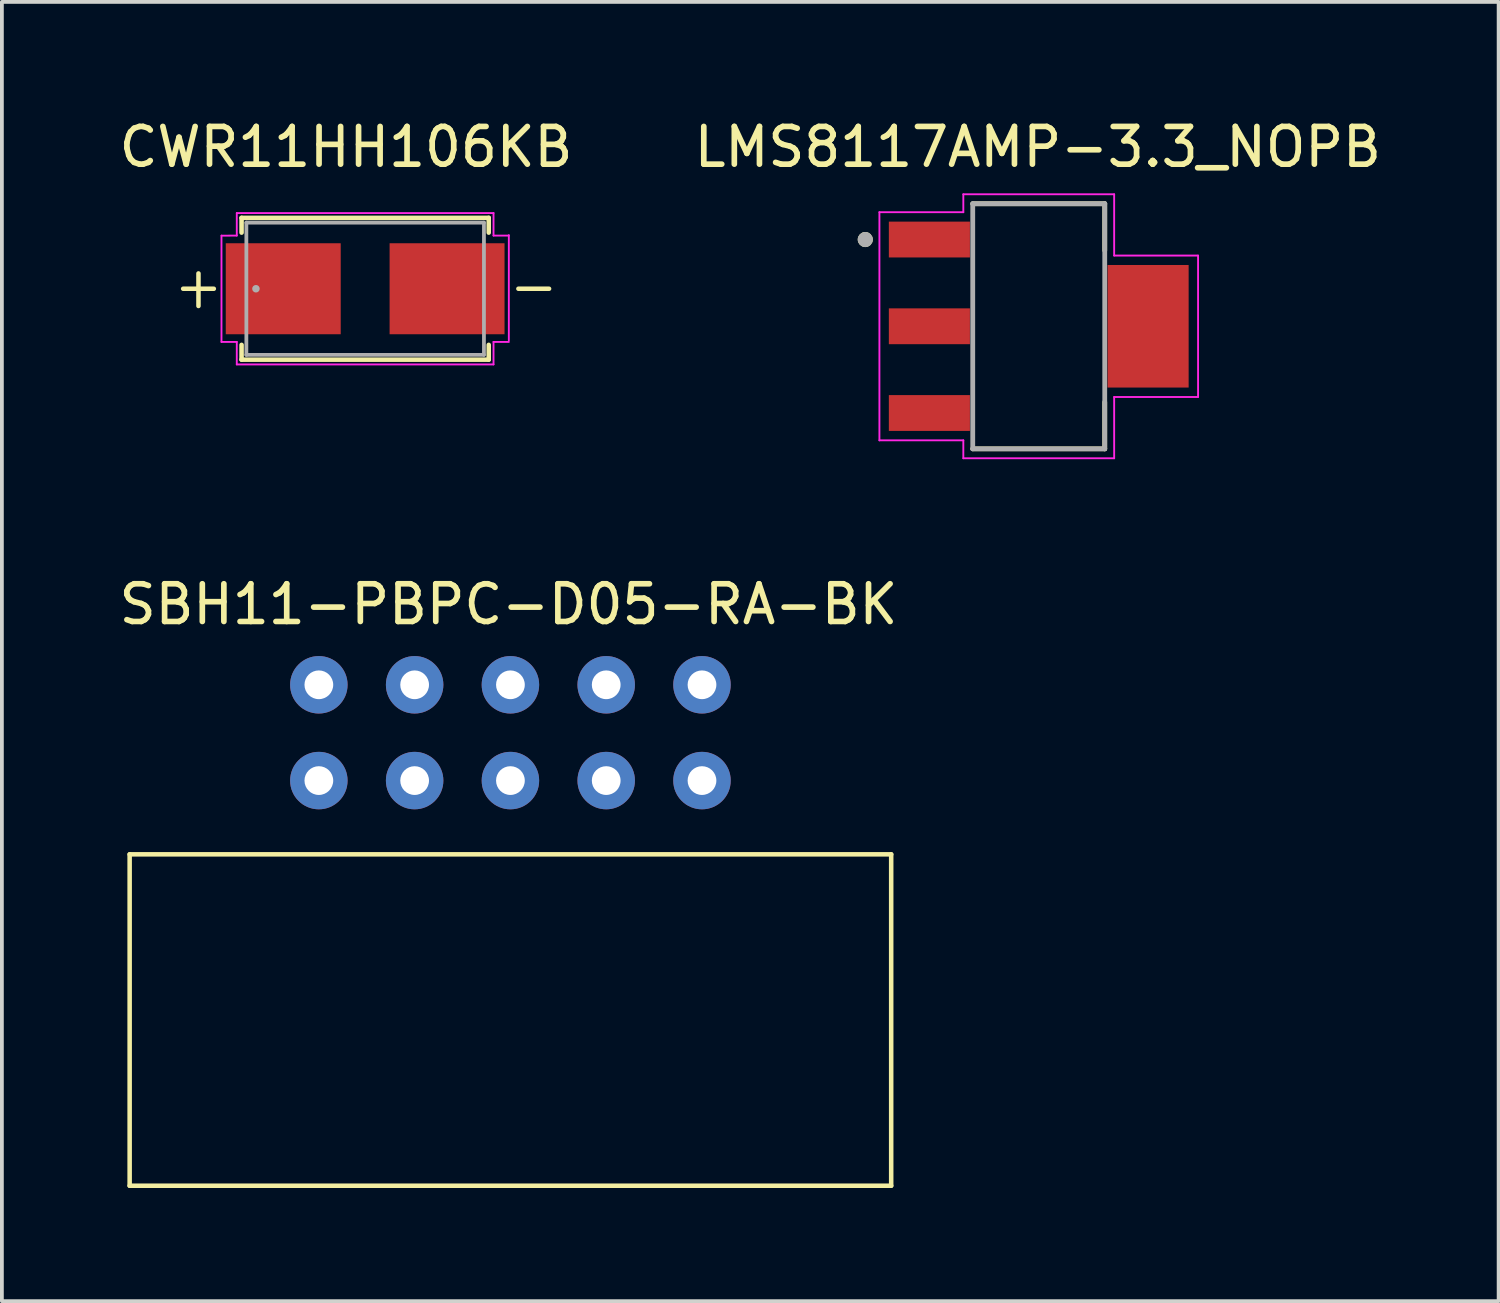
<source format=kicad_pcb>
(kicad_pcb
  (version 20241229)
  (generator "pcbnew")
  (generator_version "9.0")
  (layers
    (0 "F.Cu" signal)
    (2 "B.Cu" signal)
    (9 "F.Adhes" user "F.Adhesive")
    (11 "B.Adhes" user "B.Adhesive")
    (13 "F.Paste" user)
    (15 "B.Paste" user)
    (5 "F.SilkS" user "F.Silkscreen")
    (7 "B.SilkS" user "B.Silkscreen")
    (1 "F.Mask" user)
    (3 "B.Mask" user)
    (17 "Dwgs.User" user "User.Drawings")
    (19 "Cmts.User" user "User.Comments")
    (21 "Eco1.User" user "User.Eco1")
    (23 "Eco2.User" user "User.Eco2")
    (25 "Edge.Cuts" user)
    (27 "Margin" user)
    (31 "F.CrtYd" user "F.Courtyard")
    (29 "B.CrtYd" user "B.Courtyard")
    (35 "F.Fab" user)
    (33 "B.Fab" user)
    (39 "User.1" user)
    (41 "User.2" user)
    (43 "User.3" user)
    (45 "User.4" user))
  (footprint "SBH11-PBPC-D05-RA-BK"
    (layer "F.Cu")
    (at 10.485 16.379)
    (property "Reference" "SBH11-PBPC-D05-RA-BK" (at -0.051 -3.404 0) (layer "F.SilkS") (effects (font (size 1 1) (thickness 0.15))))
    (attr through_hole)
    (fp_line (start -10.097 3.226) (end -10.097 12.014) (stroke (width 0.12) (type solid)) (layer "F.SilkS"))
    (fp_line (start -10.097 3.226) (end 10.097 3.226) (stroke (width 0.12) (type solid)) (layer "F.SilkS"))
    (fp_line (start -10.097 12.014) (end 10.097 12.014) (stroke (width 0.12) (type solid)) (layer "F.SilkS"))
    (fp_line (start 10.097 3.226) (end 10.097 12.014) (stroke (width 0.12) (type solid)) (layer "F.SilkS"))
    (pad "A1" thru_hole circle (at -5.08 -1.27) (size 1.524 1.524) (drill 0.762) (layers "*.Cu" "*.Mask"))
    (pad "A2" thru_hole circle (at -2.54 -1.27) (size 1.524 1.524) (drill 0.762) (layers "*.Cu" "*.Mask"))
    (pad "A3" thru_hole circle (at 0 -1.27) (size 1.524 1.524) (drill 0.762) (layers "*.Cu" "*.Mask"))
    (pad "A4" thru_hole circle (at 2.54 -1.27) (size 1.524 1.524) (drill 0.762) (layers "*.Cu" "*.Mask"))
    (pad "A5" thru_hole circle (at 5.08 -1.27) (size 1.524 1.524) (drill 0.762) (layers "*.Cu" "*.Mask"))
    (pad "B1" thru_hole circle (at -5.08 1.27) (size 1.524 1.524) (drill 0.762) (layers "*.Cu" "*.Mask"))
    (pad "B2" thru_hole circle (at -2.54 1.27) (size 1.524 1.524) (drill 0.762) (layers "*.Cu" "*.Mask"))
    (pad "B3" thru_hole circle (at 0 1.27) (size 1.524 1.524) (drill 0.762) (layers "*.Cu" "*.Mask"))
    (pad "B4" thru_hole circle (at 2.54 1.27) (size 1.524 1.524) (drill 0.762) (layers "*.Cu" "*.Mask"))
    (pad "B5" thru_hole circle (at 5.08 1.27) (size 1.524 1.524) (drill 0.762) (layers "*.Cu" "*.Mask")))
  (footprint "LMS8117AMP-3.3_NOPB"
    (layer "F.Cu")
    (at 24.495 5.602)
    (property "Reference" "LMS8117AMP-3.3_NOPB" (at -0.025 -4.754 0) (layer "F.SilkS") (effects (font (size 1 1) (thickness 0.15))))
    (attr through_hole)
    (fp_line (start -1.75 -3.25) (end 1.75 -3.25) (stroke (width 0.127) (type solid)) (layer "F.SilkS"))
    (fp_line (start -1.75 3.25) (end 1.75 3.25) (stroke (width 0.127) (type solid)) (layer "F.SilkS"))
    (fp_line (start 1.75 -3.25) (end 1.75 -2.01) (stroke (width 0.127) (type solid)) (layer "F.SilkS"))
    (fp_line (start 1.75 3.25) (end 1.75 2.01) (stroke (width 0.127) (type solid)) (layer "F.SilkS"))
    (fp_circle (center -4.6 -2.3) (end -4.5 -2.3) (stroke (width 0.2) (type solid)) (fill no) (layer "F.SilkS"))
    (fp_line (start -4.225 -3.025) (end -4.225 3.025) (stroke (width 0.05) (type solid)) (layer "F.CrtYd"))
    (fp_line (start -4.225 3.025) (end -2 3.025) (stroke (width 0.05) (type solid)) (layer "F.CrtYd"))
    (fp_line (start -2 -3.5) (end -2 -3.025) (stroke (width 0.05) (type solid)) (layer "F.CrtYd"))
    (fp_line (start -2 -3.025) (end -4.225 -3.025) (stroke (width 0.05) (type solid)) (layer "F.CrtYd"))
    (fp_line (start -2 3.025) (end -2 3.5) (stroke (width 0.05) (type solid)) (layer "F.CrtYd"))
    (fp_line (start -2 3.5) (end 2 3.5) (stroke (width 0.05) (type solid)) (layer "F.CrtYd"))
    (fp_line (start 2 -3.5) (end -2 -3.5) (stroke (width 0.05) (type solid)) (layer "F.CrtYd"))
    (fp_line (start 2 -1.875) (end 2 -3.5) (stroke (width 0.05) (type solid)) (layer "F.CrtYd"))
    (fp_line (start 2 1.875) (end 4.225 1.875) (stroke (width 0.05) (type solid)) (layer "F.CrtYd"))
    (fp_line (start 2 3.5) (end 2 1.875) (stroke (width 0.05) (type solid)) (layer "F.CrtYd"))
    (fp_line (start 4.225 -1.875) (end 2 -1.875) (stroke (width 0.05) (type solid)) (layer "F.CrtYd"))
    (fp_line (start 4.225 1.875) (end 4.225 -1.875) (stroke (width 0.05) (type solid)) (layer "F.CrtYd"))
    (fp_line (start -1.75 -3.25) (end -1.75 3.25) (stroke (width 0.127) (type solid)) (layer "F.Fab"))
    (fp_line (start 1.75 -3.25) (end -1.75 -3.25) (stroke (width 0.127) (type solid)) (layer "F.Fab"))
    (fp_line (start 1.75 -3.25) (end 1.75 3.25) (stroke (width 0.127) (type solid)) (layer "F.Fab"))
    (fp_line (start 1.75 3.25) (end -1.75 3.25) (stroke (width 0.127) (type solid)) (layer "F.Fab"))
    (fp_circle (center -4.6 -2.3) (end -4.5 -2.3) (stroke (width 0.2) (type solid)) (fill no) (layer "F.Fab"))
    (pad "1" smd rect (at -2.9 -2.3) (size 2.15 0.95) (layers "F.Cu" "F.Mask" "F.Paste"))
    (pad "2" smd rect (at -2.9 0) (size 2.15 0.95) (layers "F.Cu" "F.Mask" "F.Paste"))
    (pad "3" smd rect (at -2.9 2.3) (size 2.15 0.95) (layers "F.Cu" "F.Mask" "F.Paste"))
    (pad "4" smd rect (at 2.9 0) (size 2.15 3.25) (layers "F.Cu" "F.Mask" "F.Paste")))
  (footprint "CWR11HH106KB"
    (layer "F.Cu")
    (at 6.633 4.607)
    (property "Reference" "CWR11HH106KB" (at -0.508 -3.759 0) (layer "F.SilkS") (effects (font (size 1 1) (thickness 0.15))))
    (attr through_hole)
    (fp_line (start -4.826 0) (end -4.013 0) (stroke (width 0.12) (type solid)) (layer "F.SilkS"))
    (fp_line (start -4.42 -0.406) (end -4.42 0.457) (stroke (width 0.12) (type solid)) (layer "F.SilkS"))
    (fp_line (start -3.277 -1.88) (end -3.277 -1.488) (stroke (width 0.12) (type solid)) (layer "F.SilkS"))
    (fp_line (start -3.277 1.488) (end -3.277 1.88) (stroke (width 0.12) (type solid)) (layer "F.SilkS"))
    (fp_line (start -3.277 1.88) (end 3.277 1.88) (stroke (width 0.12) (type solid)) (layer "F.SilkS"))
    (fp_line (start 3.277 -1.88) (end -3.277 -1.88) (stroke (width 0.12) (type solid)) (layer "F.SilkS"))
    (fp_line (start 3.277 -1.488) (end 3.277 -1.88) (stroke (width 0.12) (type solid)) (layer "F.SilkS"))
    (fp_line (start 3.277 1.88) (end 3.277 1.488) (stroke (width 0.12) (type solid)) (layer "F.SilkS"))
    (fp_line (start 4.064 0) (end 4.877 0) (stroke (width 0.12) (type solid)) (layer "F.SilkS"))
    (fp_line (start -3.81 1.41) (end -3.81 -1.41) (stroke (width 0.05) (type solid)) (layer "F.CrtYd"))
    (fp_line (start -3.807 -1.407) (end -3.404 -1.41) (stroke (width 0.05) (type solid)) (layer "F.CrtYd"))
    (fp_line (start -3.404 -2.007) (end 3.404 -2.007) (stroke (width 0.05) (type solid)) (layer "F.CrtYd"))
    (fp_line (start -3.404 -1.41) (end -3.404 -2.007) (stroke (width 0.05) (type solid)) (layer "F.CrtYd"))
    (fp_line (start -3.404 1.41) (end -3.81 1.41) (stroke (width 0.05) (type solid)) (layer "F.CrtYd"))
    (fp_line (start -3.404 2.007) (end -3.404 1.41) (stroke (width 0.05) (type solid)) (layer "F.CrtYd"))
    (fp_line (start 3.404 -2.007) (end 3.404 -1.41) (stroke (width 0.05) (type solid)) (layer "F.CrtYd"))
    (fp_line (start 3.404 -1.41) (end 3.81 -1.41) (stroke (width 0.05) (type solid)) (layer "F.CrtYd"))
    (fp_line (start 3.404 1.41) (end 3.404 2.007) (stroke (width 0.05) (type solid)) (layer "F.CrtYd"))
    (fp_line (start 3.404 2.007) (end -3.404 2.007) (stroke (width 0.05) (type solid)) (layer "F.CrtYd"))
    (fp_line (start 3.81 -1.422) (end 3.81 1.372) (stroke (width 0.05) (type solid)) (layer "F.CrtYd"))
    (fp_line (start 3.81 1.41) (end 3.404 1.41) (stroke (width 0.05) (type solid)) (layer "F.CrtYd"))
    (fp_line (start -3.15 -1.753) (end -3.15 1.753) (stroke (width 0.1) (type solid)) (layer "F.Fab"))
    (fp_line (start -3.15 1.753) (end 3.15 1.753) (stroke (width 0.1) (type solid)) (layer "F.Fab"))
    (fp_line (start 3.15 -1.753) (end -3.15 -1.753) (stroke (width 0.1) (type solid)) (layer "F.Fab"))
    (fp_line (start 3.15 1.753) (end 3.15 -1.753) (stroke (width 0.1) (type solid)) (layer "F.Fab"))
    (fp_circle (center -2.896 0) (end -2.896 0) (stroke (width 0.1) (type solid)) (fill no) (layer "F.Fab"))
    (pad "1" smd rect (at -2.172 0 90) (size 2.413 3.048) (layers "F.Cu" "F.Mask" "F.Paste"))
    (pad "2" smd rect (at 2.172 0 90) (size 2.413 3.048) (layers "F.Cu" "F.Mask" "F.Paste")))
  (gr_rect
    (start -3 -3)
    (end 36.69 31.453)
    (stroke (width 0.1) (type default))
    (fill no)
    (layer "Edge.Cuts")))
</source>
